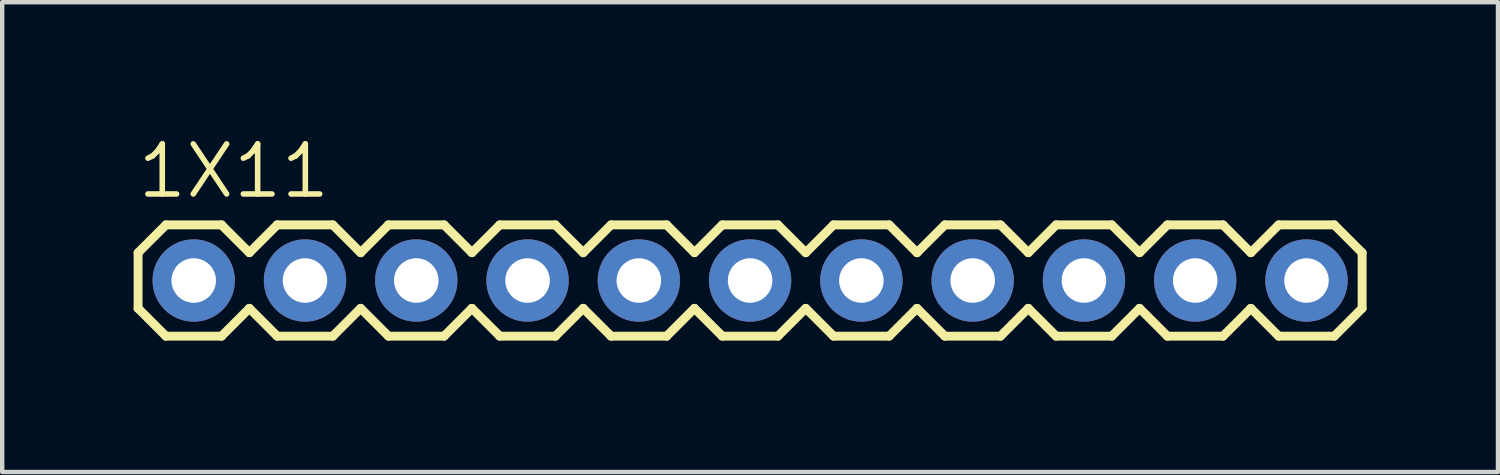
<source format=kicad_pcb>
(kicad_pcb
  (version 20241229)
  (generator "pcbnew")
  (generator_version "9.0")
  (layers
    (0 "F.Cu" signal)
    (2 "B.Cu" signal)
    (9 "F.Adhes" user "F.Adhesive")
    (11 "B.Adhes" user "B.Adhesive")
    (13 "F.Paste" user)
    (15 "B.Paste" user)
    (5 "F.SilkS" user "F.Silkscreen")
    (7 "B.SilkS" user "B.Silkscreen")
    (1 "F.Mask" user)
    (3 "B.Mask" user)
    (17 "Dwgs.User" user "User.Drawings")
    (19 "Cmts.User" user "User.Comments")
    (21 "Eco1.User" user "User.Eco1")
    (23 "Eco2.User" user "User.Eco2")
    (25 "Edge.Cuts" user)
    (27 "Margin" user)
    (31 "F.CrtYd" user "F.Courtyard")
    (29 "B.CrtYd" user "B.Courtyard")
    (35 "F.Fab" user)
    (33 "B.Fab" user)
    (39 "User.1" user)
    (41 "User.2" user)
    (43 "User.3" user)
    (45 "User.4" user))
  (footprint "1X11"
    (layer "F.Cu")
    (at 1.372 3.353)
    (property "Reference" "1X11" (at -1.346 -1.829 0) (unlocked yes) (layer "F.SilkS") (effects (font (size 1.143 1.143) (thickness 0.127)) (justify left bottom)))
    (fp_line (start -1.27 -0.635) (end -1.27 0.635) (stroke (width 0.203) (type solid)) (layer "F.SilkS"))
    (fp_line (start -1.27 0.635) (end -0.635 1.27) (stroke (width 0.203) (type solid)) (layer "F.SilkS"))
    (fp_line (start -0.635 -1.27) (end -1.27 -0.635) (stroke (width 0.203) (type solid)) (layer "F.SilkS"))
    (fp_line (start -0.635 -1.27) (end 0.635 -1.27) (stroke (width 0.203) (type solid)) (layer "F.SilkS"))
    (fp_line (start 0.635 -1.27) (end 1.27 -0.635) (stroke (width 0.203) (type solid)) (layer "F.SilkS"))
    (fp_line (start 0.635 1.27) (end -0.635 1.27) (stroke (width 0.203) (type solid)) (layer "F.SilkS"))
    (fp_line (start 1.27 -0.635) (end 1.905 -1.27) (stroke (width 0.203) (type solid)) (layer "F.SilkS"))
    (fp_line (start 1.27 0.635) (end 0.635 1.27) (stroke (width 0.203) (type solid)) (layer "F.SilkS"))
    (fp_line (start 1.905 -1.27) (end 3.175 -1.27) (stroke (width 0.203) (type solid)) (layer "F.SilkS"))
    (fp_line (start 1.905 1.27) (end 1.27 0.635) (stroke (width 0.203) (type solid)) (layer "F.SilkS"))
    (fp_line (start 3.175 -1.27) (end 3.81 -0.635) (stroke (width 0.203) (type solid)) (layer "F.SilkS"))
    (fp_line (start 3.175 1.27) (end 1.905 1.27) (stroke (width 0.203) (type solid)) (layer "F.SilkS"))
    (fp_line (start 3.81 -0.635) (end 4.445 -1.27) (stroke (width 0.203) (type solid)) (layer "F.SilkS"))
    (fp_line (start 3.81 0.635) (end 3.175 1.27) (stroke (width 0.203) (type solid)) (layer "F.SilkS"))
    (fp_line (start 4.445 -1.27) (end 5.715 -1.27) (stroke (width 0.203) (type solid)) (layer "F.SilkS"))
    (fp_line (start 4.445 1.27) (end 3.81 0.635) (stroke (width 0.203) (type solid)) (layer "F.SilkS"))
    (fp_line (start 5.715 -1.27) (end 6.35 -0.635) (stroke (width 0.203) (type solid)) (layer "F.SilkS"))
    (fp_line (start 5.715 1.27) (end 4.445 1.27) (stroke (width 0.203) (type solid)) (layer "F.SilkS"))
    (fp_line (start 6.35 0.635) (end 5.715 1.27) (stroke (width 0.203) (type solid)) (layer "F.SilkS"))
    (fp_line (start 6.35 0.635) (end 6.985 1.27) (stroke (width 0.203) (type solid)) (layer "F.SilkS"))
    (fp_line (start 6.985 -1.27) (end 6.35 -0.635) (stroke (width 0.203) (type solid)) (layer "F.SilkS"))
    (fp_line (start 6.985 -1.27) (end 8.255 -1.27) (stroke (width 0.203) (type solid)) (layer "F.SilkS"))
    (fp_line (start 8.255 -1.27) (end 8.89 -0.635) (stroke (width 0.203) (type solid)) (layer "F.SilkS"))
    (fp_line (start 8.255 1.27) (end 6.985 1.27) (stroke (width 0.203) (type solid)) (layer "F.SilkS"))
    (fp_line (start 8.89 -0.635) (end 9.525 -1.27) (stroke (width 0.203) (type solid)) (layer "F.SilkS"))
    (fp_line (start 8.89 0.635) (end 8.255 1.27) (stroke (width 0.203) (type solid)) (layer "F.SilkS"))
    (fp_line (start 9.525 -1.27) (end 10.795 -1.27) (stroke (width 0.203) (type solid)) (layer "F.SilkS"))
    (fp_line (start 9.525 1.27) (end 8.89 0.635) (stroke (width 0.203) (type solid)) (layer "F.SilkS"))
    (fp_line (start 10.795 -1.27) (end 11.43 -0.635) (stroke (width 0.203) (type solid)) (layer "F.SilkS"))
    (fp_line (start 10.795 1.27) (end 9.525 1.27) (stroke (width 0.203) (type solid)) (layer "F.SilkS"))
    (fp_line (start 11.43 -0.635) (end 12.065 -1.27) (stroke (width 0.203) (type solid)) (layer "F.SilkS"))
    (fp_line (start 11.43 0.635) (end 10.795 1.27) (stroke (width 0.203) (type solid)) (layer "F.SilkS"))
    (fp_line (start 12.065 -1.27) (end 13.335 -1.27) (stroke (width 0.203) (type solid)) (layer "F.SilkS"))
    (fp_line (start 12.065 1.27) (end 11.43 0.635) (stroke (width 0.203) (type solid)) (layer "F.SilkS"))
    (fp_line (start 13.335 -1.27) (end 13.97 -0.635) (stroke (width 0.203) (type solid)) (layer "F.SilkS"))
    (fp_line (start 13.335 1.27) (end 12.065 1.27) (stroke (width 0.203) (type solid)) (layer "F.SilkS"))
    (fp_line (start 13.97 0.635) (end 13.335 1.27) (stroke (width 0.203) (type solid)) (layer "F.SilkS"))
    (fp_line (start 13.97 0.635) (end 14.605 1.27) (stroke (width 0.203) (type solid)) (layer "F.SilkS"))
    (fp_line (start 14.605 -1.27) (end 13.97 -0.635) (stroke (width 0.203) (type solid)) (layer "F.SilkS"))
    (fp_line (start 14.605 -1.27) (end 15.875 -1.27) (stroke (width 0.203) (type solid)) (layer "F.SilkS"))
    (fp_line (start 15.875 -1.27) (end 16.51 -0.635) (stroke (width 0.203) (type solid)) (layer "F.SilkS"))
    (fp_line (start 15.875 1.27) (end 14.605 1.27) (stroke (width 0.203) (type solid)) (layer "F.SilkS"))
    (fp_line (start 16.51 0.635) (end 15.875 1.27) (stroke (width 0.203) (type solid)) (layer "F.SilkS"))
    (fp_line (start 16.51 0.635) (end 17.145 1.27) (stroke (width 0.203) (type solid)) (layer "F.SilkS"))
    (fp_line (start 17.145 -1.27) (end 16.51 -0.635) (stroke (width 0.203) (type solid)) (layer "F.SilkS"))
    (fp_line (start 17.145 -1.27) (end 18.415 -1.27) (stroke (width 0.203) (type solid)) (layer "F.SilkS"))
    (fp_line (start 18.415 -1.27) (end 19.05 -0.635) (stroke (width 0.203) (type solid)) (layer "F.SilkS"))
    (fp_line (start 18.415 1.27) (end 17.145 1.27) (stroke (width 0.203) (type solid)) (layer "F.SilkS"))
    (fp_line (start 19.05 0.635) (end 18.415 1.27) (stroke (width 0.203) (type solid)) (layer "F.SilkS"))
    (fp_line (start 19.05 0.635) (end 19.685 1.27) (stroke (width 0.203) (type solid)) (layer "F.SilkS"))
    (fp_line (start 19.685 -1.27) (end 19.05 -0.635) (stroke (width 0.203) (type solid)) (layer "F.SilkS"))
    (fp_line (start 19.685 -1.27) (end 20.955 -1.27) (stroke (width 0.203) (type solid)) (layer "F.SilkS"))
    (fp_line (start 20.955 -1.27) (end 21.59 -0.635) (stroke (width 0.203) (type solid)) (layer "F.SilkS"))
    (fp_line (start 20.955 1.27) (end 19.685 1.27) (stroke (width 0.203) (type solid)) (layer "F.SilkS"))
    (fp_line (start 21.59 0.635) (end 20.955 1.27) (stroke (width 0.203) (type solid)) (layer "F.SilkS"))
    (fp_line (start 21.59 0.635) (end 22.225 1.27) (stroke (width 0.203) (type solid)) (layer "F.SilkS"))
    (fp_line (start 22.225 -1.27) (end 21.59 -0.635) (stroke (width 0.203) (type solid)) (layer "F.SilkS"))
    (fp_line (start 22.225 -1.27) (end 23.495 -1.27) (stroke (width 0.203) (type solid)) (layer "F.SilkS"))
    (fp_line (start 23.495 -1.27) (end 24.13 -0.635) (stroke (width 0.203) (type solid)) (layer "F.SilkS"))
    (fp_line (start 23.495 1.27) (end 22.225 1.27) (stroke (width 0.203) (type solid)) (layer "F.SilkS"))
    (fp_line (start 24.13 0.635) (end 23.495 1.27) (stroke (width 0.203) (type solid)) (layer "F.SilkS"))
    (fp_line (start 24.13 0.635) (end 24.765 1.27) (stroke (width 0.203) (type solid)) (layer "F.SilkS"))
    (fp_line (start 24.765 -1.27) (end 24.13 -0.635) (stroke (width 0.203) (type solid)) (layer "F.SilkS"))
    (fp_line (start 24.765 -1.27) (end 26.035 -1.27) (stroke (width 0.203) (type solid)) (layer "F.SilkS"))
    (fp_line (start 26.035 -1.27) (end 26.67 -0.635) (stroke (width 0.203) (type solid)) (layer "F.SilkS"))
    (fp_line (start 26.035 1.27) (end 24.765 1.27) (stroke (width 0.203) (type solid)) (layer "F.SilkS"))
    (fp_line (start 26.67 -0.635) (end 26.67 0.635) (stroke (width 0.203) (type solid)) (layer "F.SilkS"))
    (fp_line (start 26.67 0.635) (end 26.035 1.27) (stroke (width 0.203) (type solid)) (layer "F.SilkS"))
    (fp_poly (pts (xy -0.254 0.254) (xy 0.254 0.254) (xy 0.254 -0.254) (xy -0.254 -0.254)) (stroke (width 0.1) (type default)) (fill no) (layer "F.Fab"))
    (fp_poly (pts (xy 2.286 0.254) (xy 2.794 0.254) (xy 2.794 -0.254) (xy 2.286 -0.254)) (stroke (width 0.1) (type default)) (fill no) (layer "F.Fab"))
    (fp_poly (pts (xy 4.826 0.254) (xy 5.334 0.254) (xy 5.334 -0.254) (xy 4.826 -0.254)) (stroke (width 0.1) (type default)) (fill no) (layer "F.Fab"))
    (fp_poly (pts (xy 7.366 0.254) (xy 7.874 0.254) (xy 7.874 -0.254) (xy 7.366 -0.254)) (stroke (width 0.1) (type default)) (fill no) (layer "F.Fab"))
    (fp_poly (pts (xy 9.906 0.254) (xy 10.414 0.254) (xy 10.414 -0.254) (xy 9.906 -0.254)) (stroke (width 0.1) (type default)) (fill no) (layer "F.Fab"))
    (fp_poly (pts (xy 12.446 0.254) (xy 12.954 0.254) (xy 12.954 -0.254) (xy 12.446 -0.254)) (stroke (width 0.1) (type default)) (fill no) (layer "F.Fab"))
    (fp_poly (pts (xy 14.986 0.254) (xy 15.494 0.254) (xy 15.494 -0.254) (xy 14.986 -0.254)) (stroke (width 0.1) (type default)) (fill no) (layer "F.Fab"))
    (fp_poly (pts (xy 17.526 0.254) (xy 18.034 0.254) (xy 18.034 -0.254) (xy 17.526 -0.254)) (stroke (width 0.1) (type default)) (fill no) (layer "F.Fab"))
    (fp_poly (pts (xy 20.066 0.254) (xy 20.574 0.254) (xy 20.574 -0.254) (xy 20.066 -0.254)) (stroke (width 0.1) (type default)) (fill no) (layer "F.Fab"))
    (fp_poly (pts (xy 22.606 0.254) (xy 23.114 0.254) (xy 23.114 -0.254) (xy 22.606 -0.254)) (stroke (width 0.1) (type default)) (fill no) (layer "F.Fab"))
    (fp_poly (pts (xy 25.146 0.254) (xy 25.654 0.254) (xy 25.654 -0.254) (xy 25.146 -0.254)) (stroke (width 0.1) (type default)) (fill no) (layer "F.Fab"))
    (pad "1" thru_hole circle (at 0 0 90) (size 1.88 1.88) (drill 1.016) (layers "*.Cu" "*.Mask"))
    (pad "2" thru_hole circle (at 2.54 0 90) (size 1.88 1.88) (drill 1.016) (layers "*.Cu" "*.Mask"))
    (pad "3" thru_hole circle (at 5.08 0 90) (size 1.88 1.88) (drill 1.016) (layers "*.Cu" "*.Mask"))
    (pad "4" thru_hole circle (at 7.62 0 90) (size 1.88 1.88) (drill 1.016) (layers "*.Cu" "*.Mask"))
    (pad "5" thru_hole circle (at 10.16 0 90) (size 1.88 1.88) (drill 1.016) (layers "*.Cu" "*.Mask"))
    (pad "6" thru_hole circle (at 12.7 0 90) (size 1.88 1.88) (drill 1.016) (layers "*.Cu" "*.Mask"))
    (pad "7" thru_hole circle (at 15.24 0 90) (size 1.88 1.88) (drill 1.016) (layers "*.Cu" "*.Mask"))
    (pad "8" thru_hole circle (at 17.78 0 90) (size 1.88 1.88) (drill 1.016) (layers "*.Cu" "*.Mask"))
    (pad "9" thru_hole circle (at 20.32 0 90) (size 1.88 1.88) (drill 1.016) (layers "*.Cu" "*.Mask"))
    (pad "10" thru_hole circle (at 22.86 0 90) (size 1.88 1.88) (drill 1.016) (layers "*.Cu" "*.Mask"))
    (pad "11" thru_hole circle (at 25.4 0 90) (size 1.88 1.88) (drill 1.016) (layers "*.Cu" "*.Mask")))
  (gr_rect
    (start -3 -3)
    (end 31.143 7.724)
    (stroke (width 0.1) (type default))
    (fill no)
    (layer "Edge.Cuts")))
</source>
